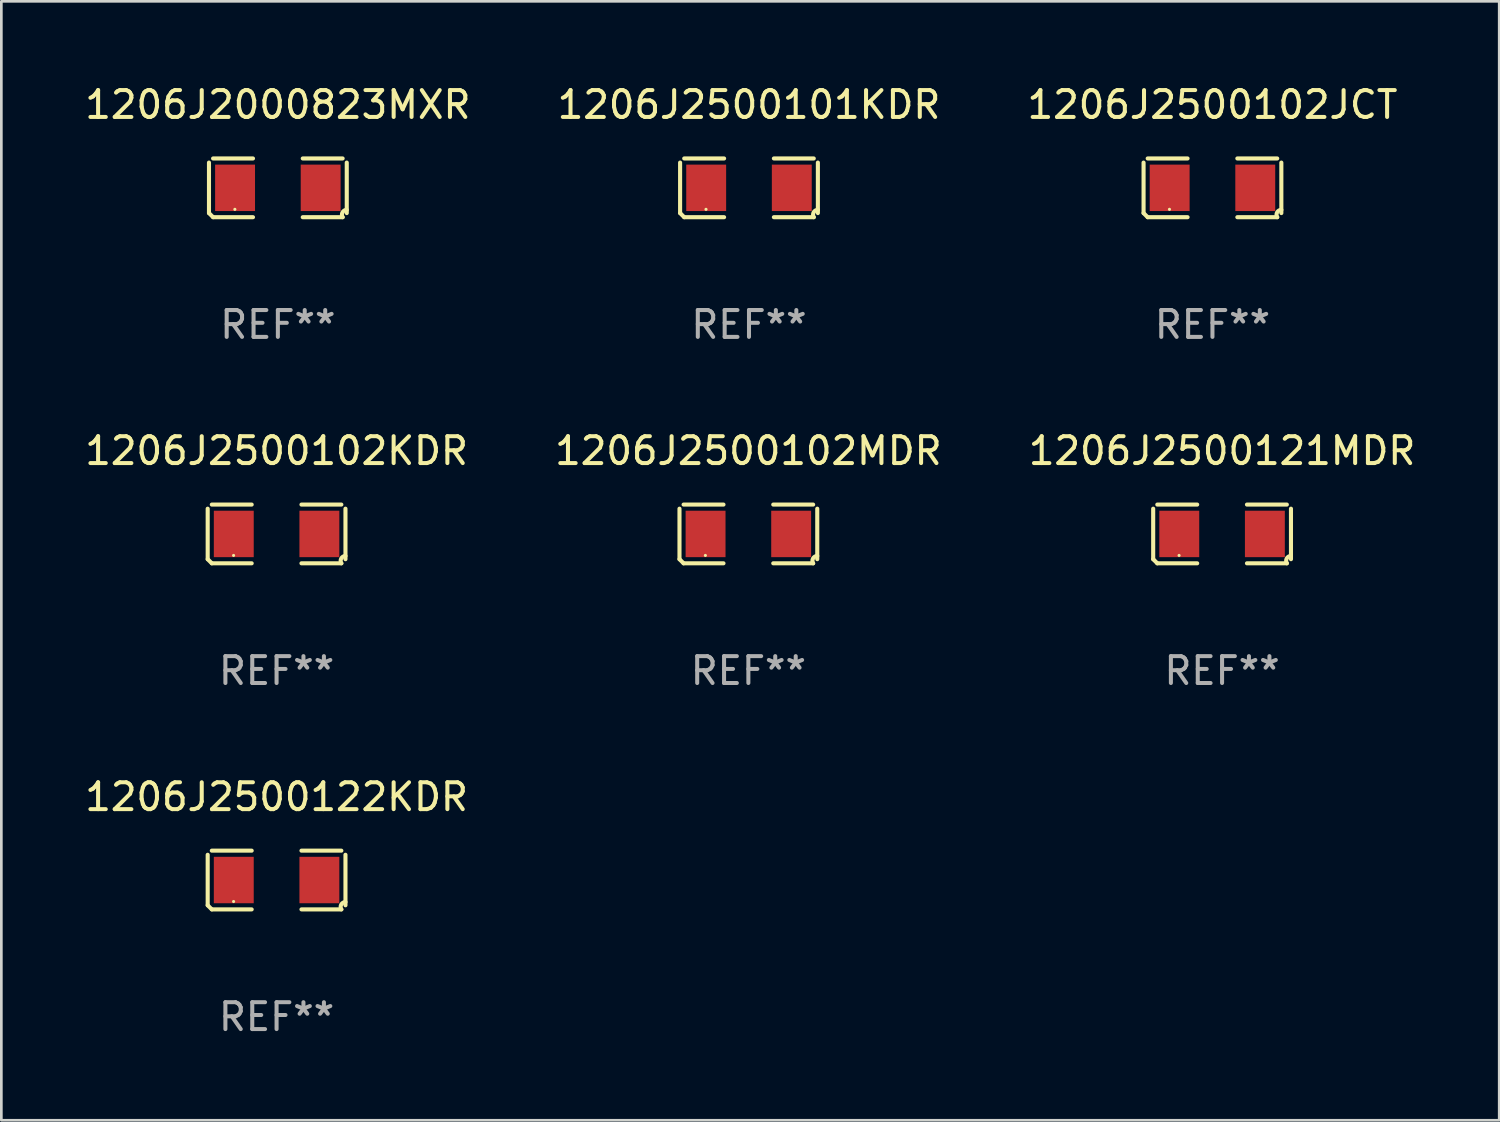
<source format=kicad_pcb>
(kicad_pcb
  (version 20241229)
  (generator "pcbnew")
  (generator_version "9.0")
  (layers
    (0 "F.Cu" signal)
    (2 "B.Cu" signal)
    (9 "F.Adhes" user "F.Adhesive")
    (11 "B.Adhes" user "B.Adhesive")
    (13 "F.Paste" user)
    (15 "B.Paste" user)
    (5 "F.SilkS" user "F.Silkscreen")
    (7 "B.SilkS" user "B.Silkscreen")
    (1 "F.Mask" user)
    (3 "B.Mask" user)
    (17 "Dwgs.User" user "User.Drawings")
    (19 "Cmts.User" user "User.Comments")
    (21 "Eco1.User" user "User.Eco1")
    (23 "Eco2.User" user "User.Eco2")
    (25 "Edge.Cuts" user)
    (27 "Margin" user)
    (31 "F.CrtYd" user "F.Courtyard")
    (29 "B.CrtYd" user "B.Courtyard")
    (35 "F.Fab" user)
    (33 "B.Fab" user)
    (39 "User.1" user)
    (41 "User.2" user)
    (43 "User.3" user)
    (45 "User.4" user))
  (footprint "1206J2500102JCT"
    (layer "F.Cu")
    (at 42.077 3.941)
    (property "Reference" "1206J2500102JCT" (at 0 -3.093 0) (layer "F.SilkS") (effects (font (size 1 1) (thickness 0.15))))
    (attr through_hole)
    (fp_line (start -2.564 0.94) (end -2.564 -0.94) (stroke (width 0.152) (type solid)) (layer "F.SilkS"))
    (fp_line (start -2.411 -1.093) (end -0.926 -1.093) (stroke (width 0.152) (type solid)) (layer "F.SilkS"))
    (fp_line (start -0.926 1.093) (end -2.411 1.093) (stroke (width 0.152) (type solid)) (layer "F.SilkS"))
    (fp_line (start 0.926 1.093) (end 2.411 1.093) (stroke (width 0.152) (type solid)) (layer "F.SilkS"))
    (fp_line (start 2.411 -1.093) (end 0.926 -1.093) (stroke (width 0.152) (type solid)) (layer "F.SilkS"))
    (fp_line (start 2.564 0.94) (end 2.564 -0.94) (stroke (width 0.152) (type solid)) (layer "F.SilkS"))
    (fp_arc (start -2.411201 1.092609) (mid -2.487413 1.01642) (end -2.563602 0.940208) (stroke (width 0.1524) (type solid)) (layer "F.SilkS"))
    (fp_arc (start 2.411201 1.092609) (mid 2.407159 0.911226) (end 2.563602 0.819347) (stroke (width 0.1524) (type solid)) (layer "F.SilkS"))
    (fp_circle (center -1.6 0.8) (end -1.57 0.8) (stroke (width 0.06) (type solid)) (fill no) (layer "F.SilkS"))
    (fp_text user "REF**" (at 0 5.093 0) (layer "F.Fab") (effects (font (size 1 1) (thickness 0.15))))
    (pad "1" smd rect (at -1.593 0) (size 1.485 1.728) (layers "F.Cu" "F.Mask" "F.Paste"))
    (pad "2" smd rect (at 1.593 0) (size 1.485 1.728) (layers "F.Cu" "F.Mask" "F.Paste")))
  (footprint "1206J2500101KDR"
    (layer "F.Cu")
    (at 24.827 3.941)
    (property "Reference" "1206J2500101KDR" (at 0 -3.093 0) (layer "F.SilkS") (effects (font (size 1 1) (thickness 0.15))))
    (attr through_hole)
    (fp_line (start -2.564 0.94) (end -2.564 -0.94) (stroke (width 0.152) (type solid)) (layer "F.SilkS"))
    (fp_line (start -2.411 -1.093) (end -0.926 -1.093) (stroke (width 0.152) (type solid)) (layer "F.SilkS"))
    (fp_line (start -0.926 1.093) (end -2.411 1.093) (stroke (width 0.152) (type solid)) (layer "F.SilkS"))
    (fp_line (start 0.926 1.093) (end 2.411 1.093) (stroke (width 0.152) (type solid)) (layer "F.SilkS"))
    (fp_line (start 2.411 -1.093) (end 0.926 -1.093) (stroke (width 0.152) (type solid)) (layer "F.SilkS"))
    (fp_line (start 2.564 0.94) (end 2.564 -0.94) (stroke (width 0.152) (type solid)) (layer "F.SilkS"))
    (fp_arc (start -2.411201 1.092609) (mid -2.487413 1.01642) (end -2.563602 0.940208) (stroke (width 0.1524) (type solid)) (layer "F.SilkS"))
    (fp_arc (start 2.411201 1.092609) (mid 2.407159 0.911226) (end 2.563602 0.819347) (stroke (width 0.1524) (type solid)) (layer "F.SilkS"))
    (fp_circle (center -1.6 0.8) (end -1.57 0.8) (stroke (width 0.06) (type solid)) (fill no) (layer "F.SilkS"))
    (fp_text user "REF**" (at 0 5.093 0) (layer "F.Fab") (effects (font (size 1 1) (thickness 0.15))))
    (pad "1" smd rect (at -1.593 0) (size 1.485 1.728) (layers "F.Cu" "F.Mask" "F.Paste"))
    (pad "2" smd rect (at 1.593 0) (size 1.485 1.728) (layers "F.Cu" "F.Mask" "F.Paste")))
  (footprint "1206J2500102KDR"
    (layer "F.Cu")
    (at 7.244 16.823)
    (property "Reference" "1206J2500102KDR" (at 0 -3.093 0) (layer "F.SilkS") (effects (font (size 1 1) (thickness 0.15))))
    (attr through_hole)
    (fp_line (start -2.564 0.94) (end -2.564 -0.94) (stroke (width 0.152) (type solid)) (layer "F.SilkS"))
    (fp_line (start -2.411 -1.093) (end -0.926 -1.093) (stroke (width 0.152) (type solid)) (layer "F.SilkS"))
    (fp_line (start -0.926 1.093) (end -2.411 1.093) (stroke (width 0.152) (type solid)) (layer "F.SilkS"))
    (fp_line (start 0.926 1.093) (end 2.411 1.093) (stroke (width 0.152) (type solid)) (layer "F.SilkS"))
    (fp_line (start 2.411 -1.093) (end 0.926 -1.093) (stroke (width 0.152) (type solid)) (layer "F.SilkS"))
    (fp_line (start 2.564 0.94) (end 2.564 -0.94) (stroke (width 0.152) (type solid)) (layer "F.SilkS"))
    (fp_arc (start -2.411201 1.092609) (mid -2.487413 1.01642) (end -2.563602 0.940208) (stroke (width 0.1524) (type solid)) (layer "F.SilkS"))
    (fp_arc (start 2.411201 1.092609) (mid 2.407159 0.911226) (end 2.563602 0.819347) (stroke (width 0.1524) (type solid)) (layer "F.SilkS"))
    (fp_circle (center -1.6 0.8) (end -1.57 0.8) (stroke (width 0.06) (type solid)) (fill no) (layer "F.SilkS"))
    (fp_text user "REF**" (at 0 5.093 0) (layer "F.Fab") (effects (font (size 1 1) (thickness 0.15))))
    (pad "1" smd rect (at -1.593 0) (size 1.485 1.728) (layers "F.Cu" "F.Mask" "F.Paste"))
    (pad "2" smd rect (at 1.593 0) (size 1.485 1.728) (layers "F.Cu" "F.Mask" "F.Paste")))
  (footprint "1206J2500102MDR"
    (layer "F.Cu")
    (at 24.804 16.823)
    (property "Reference" "1206J2500102MDR" (at 0 -3.093 0) (layer "F.SilkS") (effects (font (size 1 1) (thickness 0.15))))
    (attr through_hole)
    (fp_line (start -2.564 0.94) (end -2.564 -0.94) (stroke (width 0.152) (type solid)) (layer "F.SilkS"))
    (fp_line (start -2.411 -1.093) (end -0.926 -1.093) (stroke (width 0.152) (type solid)) (layer "F.SilkS"))
    (fp_line (start -0.926 1.093) (end -2.411 1.093) (stroke (width 0.152) (type solid)) (layer "F.SilkS"))
    (fp_line (start 0.926 1.093) (end 2.411 1.093) (stroke (width 0.152) (type solid)) (layer "F.SilkS"))
    (fp_line (start 2.411 -1.093) (end 0.926 -1.093) (stroke (width 0.152) (type solid)) (layer "F.SilkS"))
    (fp_line (start 2.564 0.94) (end 2.564 -0.94) (stroke (width 0.152) (type solid)) (layer "F.SilkS"))
    (fp_arc (start -2.411201 1.092609) (mid -2.487413 1.01642) (end -2.563602 0.940208) (stroke (width 0.1524) (type solid)) (layer "F.SilkS"))
    (fp_arc (start 2.411201 1.092609) (mid 2.407159 0.911226) (end 2.563602 0.819347) (stroke (width 0.1524) (type solid)) (layer "F.SilkS"))
    (fp_circle (center -1.6 0.8) (end -1.57 0.8) (stroke (width 0.06) (type solid)) (fill no) (layer "F.SilkS"))
    (fp_text user "REF**" (at 0 5.093 0) (layer "F.Fab") (effects (font (size 1 1) (thickness 0.15))))
    (pad "1" smd rect (at -1.593 0) (size 1.485 1.728) (layers "F.Cu" "F.Mask" "F.Paste"))
    (pad "2" smd rect (at 1.593 0) (size 1.485 1.728) (layers "F.Cu" "F.Mask" "F.Paste")))
  (footprint "1206J2000823MXR"
    (layer "F.Cu")
    (at 7.292 3.941)
    (property "Reference" "1206J2000823MXR" (at 0 -3.093 0) (layer "F.SilkS") (effects (font (size 1 1) (thickness 0.15))))
    (attr through_hole)
    (fp_line (start -2.564 0.94) (end -2.564 -0.94) (stroke (width 0.152) (type solid)) (layer "F.SilkS"))
    (fp_line (start -2.411 -1.093) (end -0.926 -1.093) (stroke (width 0.152) (type solid)) (layer "F.SilkS"))
    (fp_line (start -0.926 1.093) (end -2.411 1.093) (stroke (width 0.152) (type solid)) (layer "F.SilkS"))
    (fp_line (start 0.926 1.093) (end 2.411 1.093) (stroke (width 0.152) (type solid)) (layer "F.SilkS"))
    (fp_line (start 2.411 -1.093) (end 0.926 -1.093) (stroke (width 0.152) (type solid)) (layer "F.SilkS"))
    (fp_line (start 2.564 0.94) (end 2.564 -0.94) (stroke (width 0.152) (type solid)) (layer "F.SilkS"))
    (fp_arc (start -2.411201 1.092609) (mid -2.487413 1.01642) (end -2.563602 0.940208) (stroke (width 0.1524) (type solid)) (layer "F.SilkS"))
    (fp_arc (start 2.411201 1.092609) (mid 2.407159 0.911226) (end 2.563602 0.819347) (stroke (width 0.1524) (type solid)) (layer "F.SilkS"))
    (fp_circle (center -1.6 0.8) (end -1.57 0.8) (stroke (width 0.06) (type solid)) (fill no) (layer "F.SilkS"))
    (fp_text user "REF**" (at 0 5.093 0) (layer "F.Fab") (effects (font (size 1 1) (thickness 0.15))))
    (pad "1" smd rect (at -1.593 0) (size 1.485 1.728) (layers "F.Cu" "F.Mask" "F.Paste"))
    (pad "2" smd rect (at 1.593 0) (size 1.485 1.728) (layers "F.Cu" "F.Mask" "F.Paste")))
  (footprint "1206J2500122KDR"
    (layer "F.Cu")
    (at 7.244 29.704)
    (property "Reference" "1206J2500122KDR" (at 0 -3.093 0) (layer "F.SilkS") (effects (font (size 1 1) (thickness 0.15))))
    (attr through_hole)
    (fp_line (start -2.564 0.94) (end -2.564 -0.94) (stroke (width 0.152) (type solid)) (layer "F.SilkS"))
    (fp_line (start -2.411 -1.093) (end -0.926 -1.093) (stroke (width 0.152) (type solid)) (layer "F.SilkS"))
    (fp_line (start -0.926 1.093) (end -2.411 1.093) (stroke (width 0.152) (type solid)) (layer "F.SilkS"))
    (fp_line (start 0.926 1.093) (end 2.411 1.093) (stroke (width 0.152) (type solid)) (layer "F.SilkS"))
    (fp_line (start 2.411 -1.093) (end 0.926 -1.093) (stroke (width 0.152) (type solid)) (layer "F.SilkS"))
    (fp_line (start 2.564 0.94) (end 2.564 -0.94) (stroke (width 0.152) (type solid)) (layer "F.SilkS"))
    (fp_arc (start -2.411201 1.092609) (mid -2.487413 1.01642) (end -2.563602 0.940208) (stroke (width 0.1524) (type solid)) (layer "F.SilkS"))
    (fp_arc (start 2.411201 1.092609) (mid 2.407159 0.911226) (end 2.563602 0.819347) (stroke (width 0.1524) (type solid)) (layer "F.SilkS"))
    (fp_circle (center -1.6 0.8) (end -1.57 0.8) (stroke (width 0.06) (type solid)) (fill no) (layer "F.SilkS"))
    (fp_text user "REF**" (at 0 5.093 0) (layer "F.Fab") (effects (font (size 1 1) (thickness 0.15))))
    (pad "1" smd rect (at -1.593 0) (size 1.485 1.728) (layers "F.Cu" "F.Mask" "F.Paste"))
    (pad "2" smd rect (at 1.593 0) (size 1.485 1.728) (layers "F.Cu" "F.Mask" "F.Paste")))
  (footprint "1206J2500121MDR"
    (layer "F.Cu")
    (at 42.435 16.823)
    (property "Reference" "1206J2500121MDR" (at 0 -3.093 0) (layer "F.SilkS") (effects (font (size 1 1) (thickness 0.15))))
    (attr through_hole)
    (fp_line (start -2.564 0.94) (end -2.564 -0.94) (stroke (width 0.152) (type solid)) (layer "F.SilkS"))
    (fp_line (start -2.411 -1.093) (end -0.926 -1.093) (stroke (width 0.152) (type solid)) (layer "F.SilkS"))
    (fp_line (start -0.926 1.093) (end -2.411 1.093) (stroke (width 0.152) (type solid)) (layer "F.SilkS"))
    (fp_line (start 0.926 1.093) (end 2.411 1.093) (stroke (width 0.152) (type solid)) (layer "F.SilkS"))
    (fp_line (start 2.411 -1.093) (end 0.926 -1.093) (stroke (width 0.152) (type solid)) (layer "F.SilkS"))
    (fp_line (start 2.564 0.94) (end 2.564 -0.94) (stroke (width 0.152) (type solid)) (layer "F.SilkS"))
    (fp_arc (start -2.411201 1.092609) (mid -2.487413 1.01642) (end -2.563602 0.940208) (stroke (width 0.1524) (type solid)) (layer "F.SilkS"))
    (fp_arc (start 2.411201 1.092609) (mid 2.407159 0.911226) (end 2.563602 0.819347) (stroke (width 0.1524) (type solid)) (layer "F.SilkS"))
    (fp_circle (center -1.6 0.8) (end -1.57 0.8) (stroke (width 0.06) (type solid)) (fill no) (layer "F.SilkS"))
    (fp_text user "REF**" (at 0 5.093 0) (layer "F.Fab") (effects (font (size 1 1) (thickness 0.15))))
    (pad "1" smd rect (at -1.593 0) (size 1.485 1.728) (layers "F.Cu" "F.Mask" "F.Paste"))
    (pad "2" smd rect (at 1.593 0) (size 1.485 1.728) (layers "F.Cu" "F.Mask" "F.Paste")))
  (gr_rect
    (start -3 -3)
    (end 52.75 38.645)
    (stroke (width 0.1) (type default))
    (fill no)
    (layer "Edge.Cuts")))
</source>
